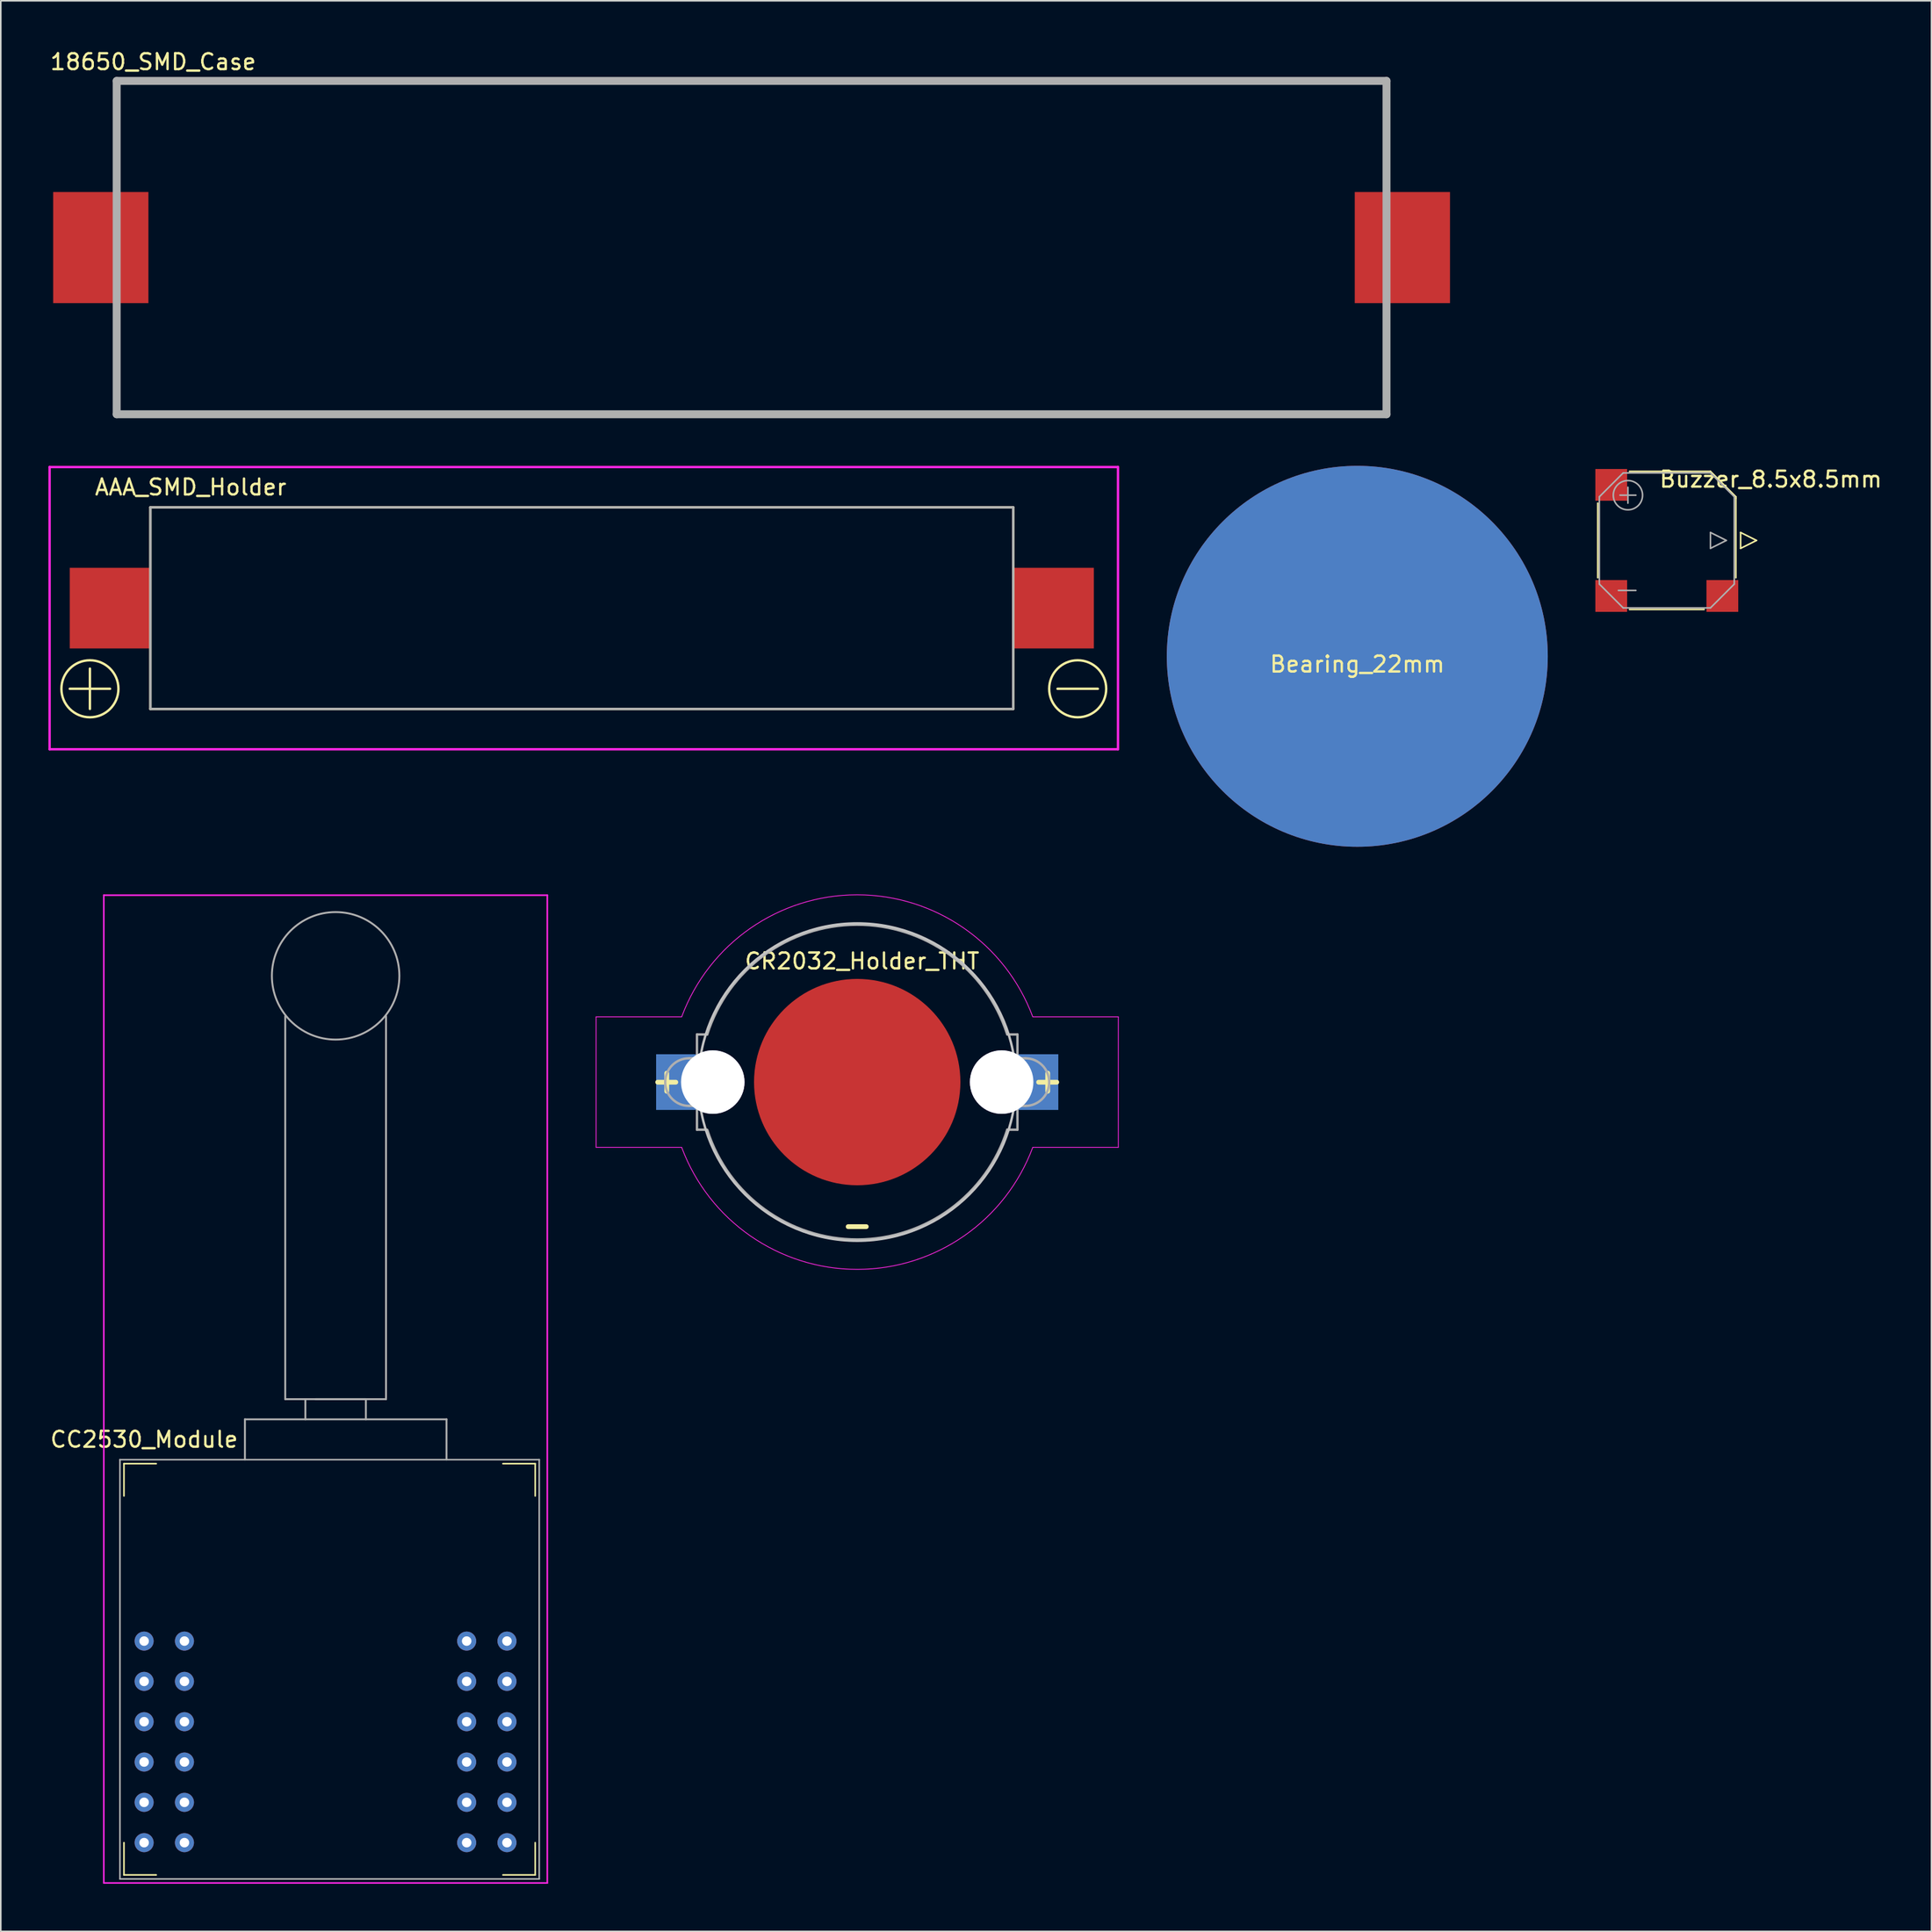
<source format=kicad_pcb>
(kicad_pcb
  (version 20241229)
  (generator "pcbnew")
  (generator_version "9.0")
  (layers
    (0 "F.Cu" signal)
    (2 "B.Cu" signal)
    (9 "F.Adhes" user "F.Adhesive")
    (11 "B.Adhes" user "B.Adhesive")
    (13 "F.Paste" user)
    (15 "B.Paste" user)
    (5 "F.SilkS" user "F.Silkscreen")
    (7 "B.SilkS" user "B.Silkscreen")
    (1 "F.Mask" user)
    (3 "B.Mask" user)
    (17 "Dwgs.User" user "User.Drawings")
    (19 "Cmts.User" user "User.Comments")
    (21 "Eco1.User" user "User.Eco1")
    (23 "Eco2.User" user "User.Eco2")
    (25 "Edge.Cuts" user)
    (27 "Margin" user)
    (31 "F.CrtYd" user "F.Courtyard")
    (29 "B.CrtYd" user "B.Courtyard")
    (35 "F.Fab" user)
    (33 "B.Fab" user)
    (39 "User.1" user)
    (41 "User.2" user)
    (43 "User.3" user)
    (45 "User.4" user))
  (footprint "CC2530_Module"
    (layer "F.Cu")
    (at 6.03 100.338)
    (property "Reference" "CC2530_Module" (at 0 -12.7 0) (layer "F.SilkS") (effects (font (size 1 1) (thickness 0.15))))
    (attr through_hole)
    (fp_line (start -1.27 -11.176) (end -1.27 -9.144) (stroke (width 0.1) (type solid)) (layer "F.SilkS"))
    (fp_line (start -1.27 -11.176) (end 0.762 -11.176) (stroke (width 0.1) (type solid)) (layer "F.SilkS"))
    (fp_line (start -1.27 12.7) (end -1.27 14.732) (stroke (width 0.1) (type solid)) (layer "F.SilkS"))
    (fp_line (start -1.27 14.732) (end 0.762 14.732) (stroke (width 0.1) (type solid)) (layer "F.SilkS"))
    (fp_line (start 22.606 14.732) (end 24.638 14.732) (stroke (width 0.1) (type solid)) (layer "F.SilkS"))
    (fp_line (start 24.638 -11.176) (end 22.606 -11.176) (stroke (width 0.1) (type solid)) (layer "F.SilkS"))
    (fp_line (start 24.638 -11.176) (end 24.638 -9.144) (stroke (width 0.1) (type solid)) (layer "F.SilkS"))
    (fp_line (start 24.638 14.732) (end 24.638 12.7) (stroke (width 0.1) (type solid)) (layer "F.SilkS"))
    (fp_line (start -2.54 -46.99) (end -2.54 15.24) (stroke (width 0.1) (type solid)) (layer "F.CrtYd"))
    (fp_line (start -2.54 15.24) (end 25.4 15.24) (stroke (width 0.1) (type solid)) (layer "F.CrtYd"))
    (fp_line (start 25.4 -46.99) (end -2.54 -46.99) (stroke (width 0.1) (type solid)) (layer "F.CrtYd"))
    (fp_line (start 25.4 15.24) (end 25.4 -46.99) (stroke (width 0.1) (type solid)) (layer "F.CrtYd"))
    (fp_line (start -1.524 -11.43) (end -1.524 14.986) (stroke (width 0.1) (type solid)) (layer "F.Fab"))
    (fp_line (start -1.524 14.986) (end 24.892 14.986) (stroke (width 0.1) (type solid)) (layer "F.Fab"))
    (fp_line (start 6.35 -13.97) (end 19.05 -13.97) (stroke (width 0.12) (type solid)) (layer "F.Fab"))
    (fp_line (start 6.35 -11.43) (end 6.35 -13.97) (stroke (width 0.12) (type solid)) (layer "F.Fab"))
    (fp_line (start 8.89 -39.37) (end 8.89 -15.24) (stroke (width 0.12) (type solid)) (layer "F.Fab"))
    (fp_line (start 8.89 -15.24) (end 15.24 -15.24) (stroke (width 0.12) (type solid)) (layer "F.Fab"))
    (fp_line (start 10.16 -13.97) (end 10.16 -15.24) (stroke (width 0.12) (type solid)) (layer "F.Fab"))
    (fp_line (start 10.795 -15.24) (end 13.97 -15.24) (stroke (width 0.12) (type solid)) (layer "F.Fab"))
    (fp_line (start 13.97 -15.24) (end 13.97 -13.97) (stroke (width 0.12) (type solid)) (layer "F.Fab"))
    (fp_line (start 15.24 -15.24) (end 15.24 -39.37) (stroke (width 0.12) (type solid)) (layer "F.Fab"))
    (fp_line (start 19.05 -13.97) (end 19.05 -11.43) (stroke (width 0.12) (type solid)) (layer "F.Fab"))
    (fp_line (start 24.892 -11.43) (end -1.524 -11.43) (stroke (width 0.1) (type solid)) (layer "F.Fab"))
    (fp_line (start 24.892 14.986) (end 24.892 -11.43) (stroke (width 0.1) (type solid)) (layer "F.Fab"))
    (fp_circle (center 12.065 -41.91) (end 15.875 -40.64) (stroke (width 0.12) (type solid)) (fill no) (layer "F.Fab"))
    (pad "1" thru_hole circle (at 0 0) (size 1.2 1.2) (drill 0.6) (layers "*.Cu" "*.Mask"))
    (pad "2" thru_hole circle (at 2.54 0) (size 1.2 1.2) (drill 0.6) (layers "*.Cu" "*.Mask"))
    (pad "3" thru_hole circle (at 0 2.54) (size 1.2 1.2) (drill 0.6) (layers "*.Cu" "*.Mask"))
    (pad "4" thru_hole circle (at 2.54 2.54) (size 1.2 1.2) (drill 0.6) (layers "*.Cu" "*.Mask"))
    (pad "5" thru_hole circle (at 0 5.08) (size 1.2 1.2) (drill 0.6) (layers "*.Cu" "*.Mask"))
    (pad "6" thru_hole circle (at 2.54 5.08) (size 1.2 1.2) (drill 0.6) (layers "*.Cu" "*.Mask"))
    (pad "7" thru_hole circle (at 0 7.62) (size 1.2 1.2) (drill 0.6) (layers "*.Cu" "*.Mask"))
    (pad "8" thru_hole circle (at 2.54 7.62) (size 1.2 1.2) (drill 0.6) (layers "*.Cu" "*.Mask"))
    (pad "9" thru_hole circle (at 0 10.16) (size 1.2 1.2) (drill 0.6) (layers "*.Cu" "*.Mask"))
    (pad "10" thru_hole circle (at 2.54 10.16) (size 1.2 1.2) (drill 0.6) (layers "*.Cu" "*.Mask"))
    (pad "11" thru_hole circle (at 0 12.7) (size 1.2 1.2) (drill 0.6) (layers "*.Cu" "*.Mask"))
    (pad "12" thru_hole circle (at 2.54 12.7) (size 1.2 1.2) (drill 0.6) (layers "*.Cu" "*.Mask"))
    (pad "13" thru_hole circle (at 20.32 0) (size 1.2 1.2) (drill 0.6) (layers "*.Cu" "*.Mask"))
    (pad "14" thru_hole circle (at 22.86 0) (size 1.2 1.2) (drill 0.6) (layers "*.Cu" "*.Mask"))
    (pad "15" thru_hole circle (at 20.32 2.54) (size 1.2 1.2) (drill 0.6) (layers "*.Cu" "*.Mask"))
    (pad "16" thru_hole circle (at 22.86 2.54) (size 1.2 1.2) (drill 0.6) (layers "*.Cu" "*.Mask"))
    (pad "17" thru_hole circle (at 20.32 5.08) (size 1.2 1.2) (drill 0.6) (layers "*.Cu" "*.Mask"))
    (pad "18" thru_hole circle (at 22.86 5.08) (size 1.2 1.2) (drill 0.6) (layers "*.Cu" "*.Mask"))
    (pad "19" thru_hole circle (at 20.32 7.62) (size 1.2 1.2) (drill 0.6) (layers "*.Cu" "*.Mask"))
    (pad "20" thru_hole circle (at 22.86 7.62) (size 1.2 1.2) (drill 0.6) (layers "*.Cu" "*.Mask"))
    (pad "21" thru_hole circle (at 20.32 10.16) (size 1.2 1.2) (drill 0.6) (layers "*.Cu" "*.Mask"))
    (pad "22" thru_hole circle (at 22.86 10.16) (size 1.2 1.2) (drill 0.6) (layers "*.Cu" "*.Mask"))
    (pad "23" thru_hole circle (at 20.32 12.7) (size 1.2 1.2) (drill 0.6) (layers "*.Cu" "*.Mask"))
    (pad "24" thru_hole circle (at 22.86 12.7) (size 1.2 1.2) (drill 0.6) (layers "*.Cu" "*.Mask")))
  (footprint "AAA_SMD_Holder"
    (layer "F.Cu")
    (at 6.425 28.913)
    (property "Reference" "AAA_SMD_Holder" (at 2.54 -1.27 0) (layer "F.SilkS") (effects (font (size 1 1) (thickness 0.15))))
    (attr through_hole)
    (fp_line (start -5.08 11.43) (end -2.54 11.43) (stroke (width 0.15) (type solid)) (layer "F.SilkS"))
    (fp_line (start -3.81 10.16) (end -3.81 12.7) (stroke (width 0.15) (type solid)) (layer "F.SilkS"))
    (fp_line (start 0 0) (end 0 12.7) (stroke (width 0.15) (type solid)) (layer "F.SilkS"))
    (fp_line (start 0 0) (end 54.356 0) (stroke (width 0.15) (type solid)) (layer "F.SilkS"))
    (fp_line (start 0 12.7) (end 54.356 12.7) (stroke (width 0.15) (type solid)) (layer "F.SilkS"))
    (fp_line (start 54.356 12.7) (end 54.356 0) (stroke (width 0.15) (type solid)) (layer "F.SilkS"))
    (fp_line (start 57.15 11.43) (end 59.69 11.43) (stroke (width 0.15) (type solid)) (layer "F.SilkS"))
    (fp_circle (center -3.81 11.43) (end -2.54 12.7) (stroke (width 0.15) (type solid)) (fill no) (layer "F.SilkS"))
    (fp_circle (center 58.42 11.43) (end 59.69 12.7) (stroke (width 0.15) (type solid)) (fill no) (layer "F.SilkS"))
    (fp_line (start -6.35 -2.54) (end -6.35 15.24) (stroke (width 0.15) (type solid)) (layer "F.CrtYd"))
    (fp_line (start -6.35 15.24) (end 60.96 15.24) (stroke (width 0.15) (type solid)) (layer "F.CrtYd"))
    (fp_line (start 60.96 -2.54) (end -6.35 -2.54) (stroke (width 0.15) (type solid)) (layer "F.CrtYd"))
    (fp_line (start 60.96 15.24) (end 60.96 -2.54) (stroke (width 0.15) (type solid)) (layer "F.CrtYd"))
    (fp_line (start 0 0) (end 0 12.7) (stroke (width 0.15) (type solid)) (layer "F.Fab"))
    (fp_line (start 0 0) (end 54.356 0) (stroke (width 0.15) (type solid)) (layer "F.Fab"))
    (fp_line (start 54.356 0) (end 54.356 12.7) (stroke (width 0.15) (type solid)) (layer "F.Fab"))
    (fp_line (start 54.356 12.7) (end 0 12.7) (stroke (width 0.15) (type solid)) (layer "F.Fab"))
    (pad "1" smd rect (at -2.54 6.35) (size 5.08 5.08) (layers "F.Cu" "F.Mask" "F.Paste"))
    (pad "2" smd rect (at 56.896 6.35) (size 5.08 5.08) (layers "F.Cu" "F.Mask" "F.Paste")))
  (footprint "CR2032_Holder_THT"
    (layer "F.Cu")
    (at 50.955 65.122)
    (property "Reference" "CR2032_Holder_THT" (at 0.305 -7.62 0) (layer "F.SilkS") (effects (font (size 1 1) (thickness 0.15))))
    (attr smd)
    (fp_circle (center 0 0) (end 0 -10) (stroke (width 0.15) (type solid)) (fill no) (layer "Dwgs.User"))
    (fp_line (start -16.45 -4.11) (end -16.45 4.11) (stroke (width 0.05) (type solid)) (layer "F.CrtYd"))
    (fp_line (start -16.45 -4.11) (end -11.06 -4.11) (stroke (width 0.05) (type solid)) (layer "F.CrtYd"))
    (fp_line (start -16.45 4.11) (end -11.06 4.11) (stroke (width 0.05) (type solid)) (layer "F.CrtYd"))
    (fp_line (start 11.06 4.11) (end 16.45 4.11) (stroke (width 0.05) (type solid)) (layer "F.CrtYd"))
    (fp_line (start 16.45 -4.11) (end 11.06 -4.11) (stroke (width 0.05) (type solid)) (layer "F.CrtYd"))
    (fp_line (start 16.45 4.11) (end 16.45 -4.11) (stroke (width 0.05) (type solid)) (layer "F.CrtYd"))
    (fp_arc (start -11.06 -4.11) (mid -0.002978 -11.79897) (end 11.057924 -4.115582) (stroke (width 0.05) (type solid)) (layer "F.CrtYd"))
    (fp_arc (start 11.06 4.11) (mid 0.002978 11.79897) (end -11.057924 4.115582) (stroke (width 0.05) (type solid)) (layer "F.CrtYd"))
    (fp_line (start -10.095 -3) (end -9.45 -3) (stroke (width 0.15) (type solid)) (layer "F.Fab"))
    (fp_line (start -10.095 -1.5) (end -10.595 -1.5) (stroke (width 0.15) (type solid)) (layer "F.Fab"))
    (fp_line (start -10.095 1.5) (end -10.595 1.5) (stroke (width 0.15) (type solid)) (layer "F.Fab"))
    (fp_line (start -10.095 3) (end -10.095 -3) (stroke (width 0.15) (type solid)) (layer "F.Fab"))
    (fp_line (start -10.095 3) (end -9.46 3) (stroke (width 0.15) (type solid)) (layer "F.Fab"))
    (fp_line (start 9.446 -3) (end 10.095 -3) (stroke (width 0.15) (type solid)) (layer "F.Fab"))
    (fp_line (start 9.447 3) (end 10.095 3) (stroke (width 0.15) (type solid)) (layer "F.Fab"))
    (fp_line (start 10.095 -1.5) (end 10.595 -1.5) (stroke (width 0.15) (type solid)) (layer "F.Fab"))
    (fp_line (start 10.095 1.5) (end 10.595 1.5) (stroke (width 0.15) (type solid)) (layer "F.Fab"))
    (fp_line (start 10.095 3) (end 10.095 -3) (stroke (width 0.15) (type solid)) (layer "F.Fab"))
    (fp_arc (start -10.595 1.5) (mid -12.095 0) (end -10.595 -1.5) (stroke (width 0.15) (type solid)) (layer "F.Fab"))
    (fp_arc (start -9.45 -3) (mid -0.02378 -9.914733) (end 9.435501 -3.045296) (stroke (width 0.15) (type solid)) (layer "F.Fab"))
    (fp_arc (start 9.45 3) (mid 0.02378 9.914733) (end -9.435501 3.045296) (stroke (width 0.15) (type solid)) (layer "F.Fab"))
    (fp_arc (start 10.595 -1.5) (mid 12.095 0) (end 10.595 1.5) (stroke (width 0.15) (type solid)) (layer "F.Fab"))
    (fp_text user "+" (at 12 -0.1 0) (layer "F.SilkS") (effects (font (size 1.5 1.5) (thickness 0.3))))
    (fp_text user "+" (at -12 -0.1 0) (layer "F.SilkS") (effects (font (size 1.5 1.5) (thickness 0.3))))
    (fp_text user "-" (at 0 9 0) (layer "F.SilkS") (effects (font (size 1.5 1.5) (thickness 0.3))))
    (pad "1" smd rect (at -11.4 0) (size 2.54 3.51) (layers "B.Cu" "B.Mask" "B.Paste"))
    (pad "1" thru_hole circle (at -9.1 0) (size 4 4) (drill 4) (layers "*.Cu" "*.Mask"))
    (pad "1" thru_hole circle (at 9.1 0) (size 4 4) (drill 4) (layers "*.Cu" "*.Mask"))
    (pad "1" smd rect (at 11.4 0) (size 2.54 3.51) (layers "B.Cu" "B.Mask" "B.Paste"))
    (pad "2" smd circle (at 0 0) (size 13 13) (layers "F.Cu" "F.Mask" "F.Paste")))
  (footprint "Buzzer_8.5x8.5mm"
    (layer "F.Cu")
    (at 97.71 26.747)
    (property "Reference" "Buzzer_8.5x8.5mm" (at 10.8 0.4 0) (layer "F.SilkS") (effects (font (size 1 1) (thickness 0.15))))
    (attr through_hole)
    (fp_line (start -0.1 1.9) (end -0.1 6.6) (stroke (width 0.1) (type solid)) (layer "F.SilkS"))
    (fp_line (start 1.9 8.6) (end 6.6 8.6) (stroke (width 0.1) (type solid)) (layer "F.SilkS"))
    (fp_line (start 7 -0.1) (end 1.9 -0.1) (stroke (width 0.1) (type solid)) (layer "F.SilkS"))
    (fp_line (start 8.6 1.5) (end 7 -0.1) (stroke (width 0.1) (type solid)) (layer "F.SilkS"))
    (fp_line (start 8.6 1.6) (end 8.6 1.5) (stroke (width 0.1) (type solid)) (layer "F.SilkS"))
    (fp_line (start 8.6 1.6) (end 8.6 6.6) (stroke (width 0.1) (type solid)) (layer "F.SilkS"))
    (fp_line (start 8.9 3.75) (end 8.9 4.75) (stroke (width 0.1) (type solid)) (layer "F.SilkS"))
    (fp_line (start 8.9 3.75) (end 9.9 4.25) (stroke (width 0.1) (type solid)) (layer "F.SilkS"))
    (fp_line (start 9.9 4.25) (end 8.9 4.75) (stroke (width 0.1) (type solid)) (layer "F.SilkS"))
    (fp_line (start 0 1.5) (end 0 7) (stroke (width 0.1) (type solid)) (layer "F.Fab"))
    (fp_line (start 0 7) (end 1.5 8.5) (stroke (width 0.1) (type solid)) (layer "F.Fab"))
    (fp_line (start 1.2 7.4) (end 2.3 7.4) (stroke (width 0.1) (type solid)) (layer "F.Fab"))
    (fp_line (start 1.3 1.4) (end 2.3 1.4) (stroke (width 0.1) (type solid)) (layer "F.Fab"))
    (fp_line (start 1.5 0) (end 0 1.5) (stroke (width 0.1) (type solid)) (layer "F.Fab"))
    (fp_line (start 1.5 0) (end 7 0) (stroke (width 0.1) (type solid)) (layer "F.Fab"))
    (fp_line (start 1.8 0.9) (end 1.8 1.9) (stroke (width 0.1) (type solid)) (layer "F.Fab"))
    (fp_line (start 7 0) (end 8.5 1.5) (stroke (width 0.1) (type solid)) (layer "F.Fab"))
    (fp_line (start 7 3.75) (end 7 4.75) (stroke (width 0.1) (type solid)) (layer "F.Fab"))
    (fp_line (start 7 3.75) (end 8 4.25) (stroke (width 0.1) (type solid)) (layer "F.Fab"))
    (fp_line (start 7 8.5) (end 1.5 8.5) (stroke (width 0.1) (type solid)) (layer "F.Fab"))
    (fp_line (start 8 4.25) (end 7 4.75) (stroke (width 0.1) (type solid)) (layer "F.Fab"))
    (fp_line (start 8.5 1.5) (end 8.5 7) (stroke (width 0.1) (type solid)) (layer "F.Fab"))
    (fp_line (start 8.5 7) (end 7 8.5) (stroke (width 0.1) (type solid)) (layer "F.Fab"))
    (fp_circle (center 1.8 1.4) (end 2.5 2) (stroke (width 0.1) (type solid)) (fill no) (layer "F.Fab"))
    (pad "" smd rect (at 7.75 7.75) (size 2 2) (layers "F.Cu" "F.Mask" "F.Paste"))
    (pad "1" smd rect (at 0.75 0.75) (size 2 2) (layers "F.Cu" "F.Mask" "F.Paste"))
    (pad "2" smd rect (at 0.75 7.75) (size 2 2) (layers "F.Cu" "F.Mask" "F.Paste")))
  (footprint "18650_SMD_Case"
    (layer "F.Cu")
    (at 4.301 2.048)
    (property "Reference" "18650_SMD_Case" (at 2.3 -1.2 0) (layer "F.SilkS") (effects (font (size 1 1) (thickness 0.15))))
    (attr through_hole)
    (fp_line (start 0 0) (end 0 21) (stroke (width 0.5) (type solid)) (layer "F.Fab"))
    (fp_line (start 0 0) (end 80 0) (stroke (width 0.5) (type solid)) (layer "F.Fab"))
    (fp_line (start 0 21) (end 80 21) (stroke (width 0.5) (type solid)) (layer "F.Fab"))
    (fp_line (start 80 0) (end 80 21) (stroke (width 0.5) (type solid)) (layer "F.Fab"))
    (pad "1" smd rect (at -1 10.5) (size 6 7) (layers "F.Cu" "F.Mask" "F.Paste"))
    (pad "2" smd rect (at 81 10.5) (size 6 7) (layers "F.Cu" "F.Mask" "F.Paste")))
  (footprint "Bearing_22mm"
    (layer "F.Cu")
    (at 82.46 38.298)
    (property "Reference" "Bearing_22mm" (at 0 0.5 0) (layer "F.SilkS") (effects (font (size 1 1) (thickness 0.15))))
    (attr through_hole)
    (pad "1" smd circle (at 0 0) (size 24 24) (layers "F.Cu" "F.Mask" "F.Paste"))
    (pad "2" smd circle (at 0 0) (size 24 24) (layers "B.Cu" "B.Mask" "B.Paste")))
  (gr_rect
    (start -3 -3)
    (end 118.635 118.628)
    (stroke (width 0.1) (type default))
    (fill no)
    (layer "Edge.Cuts")))
</source>
